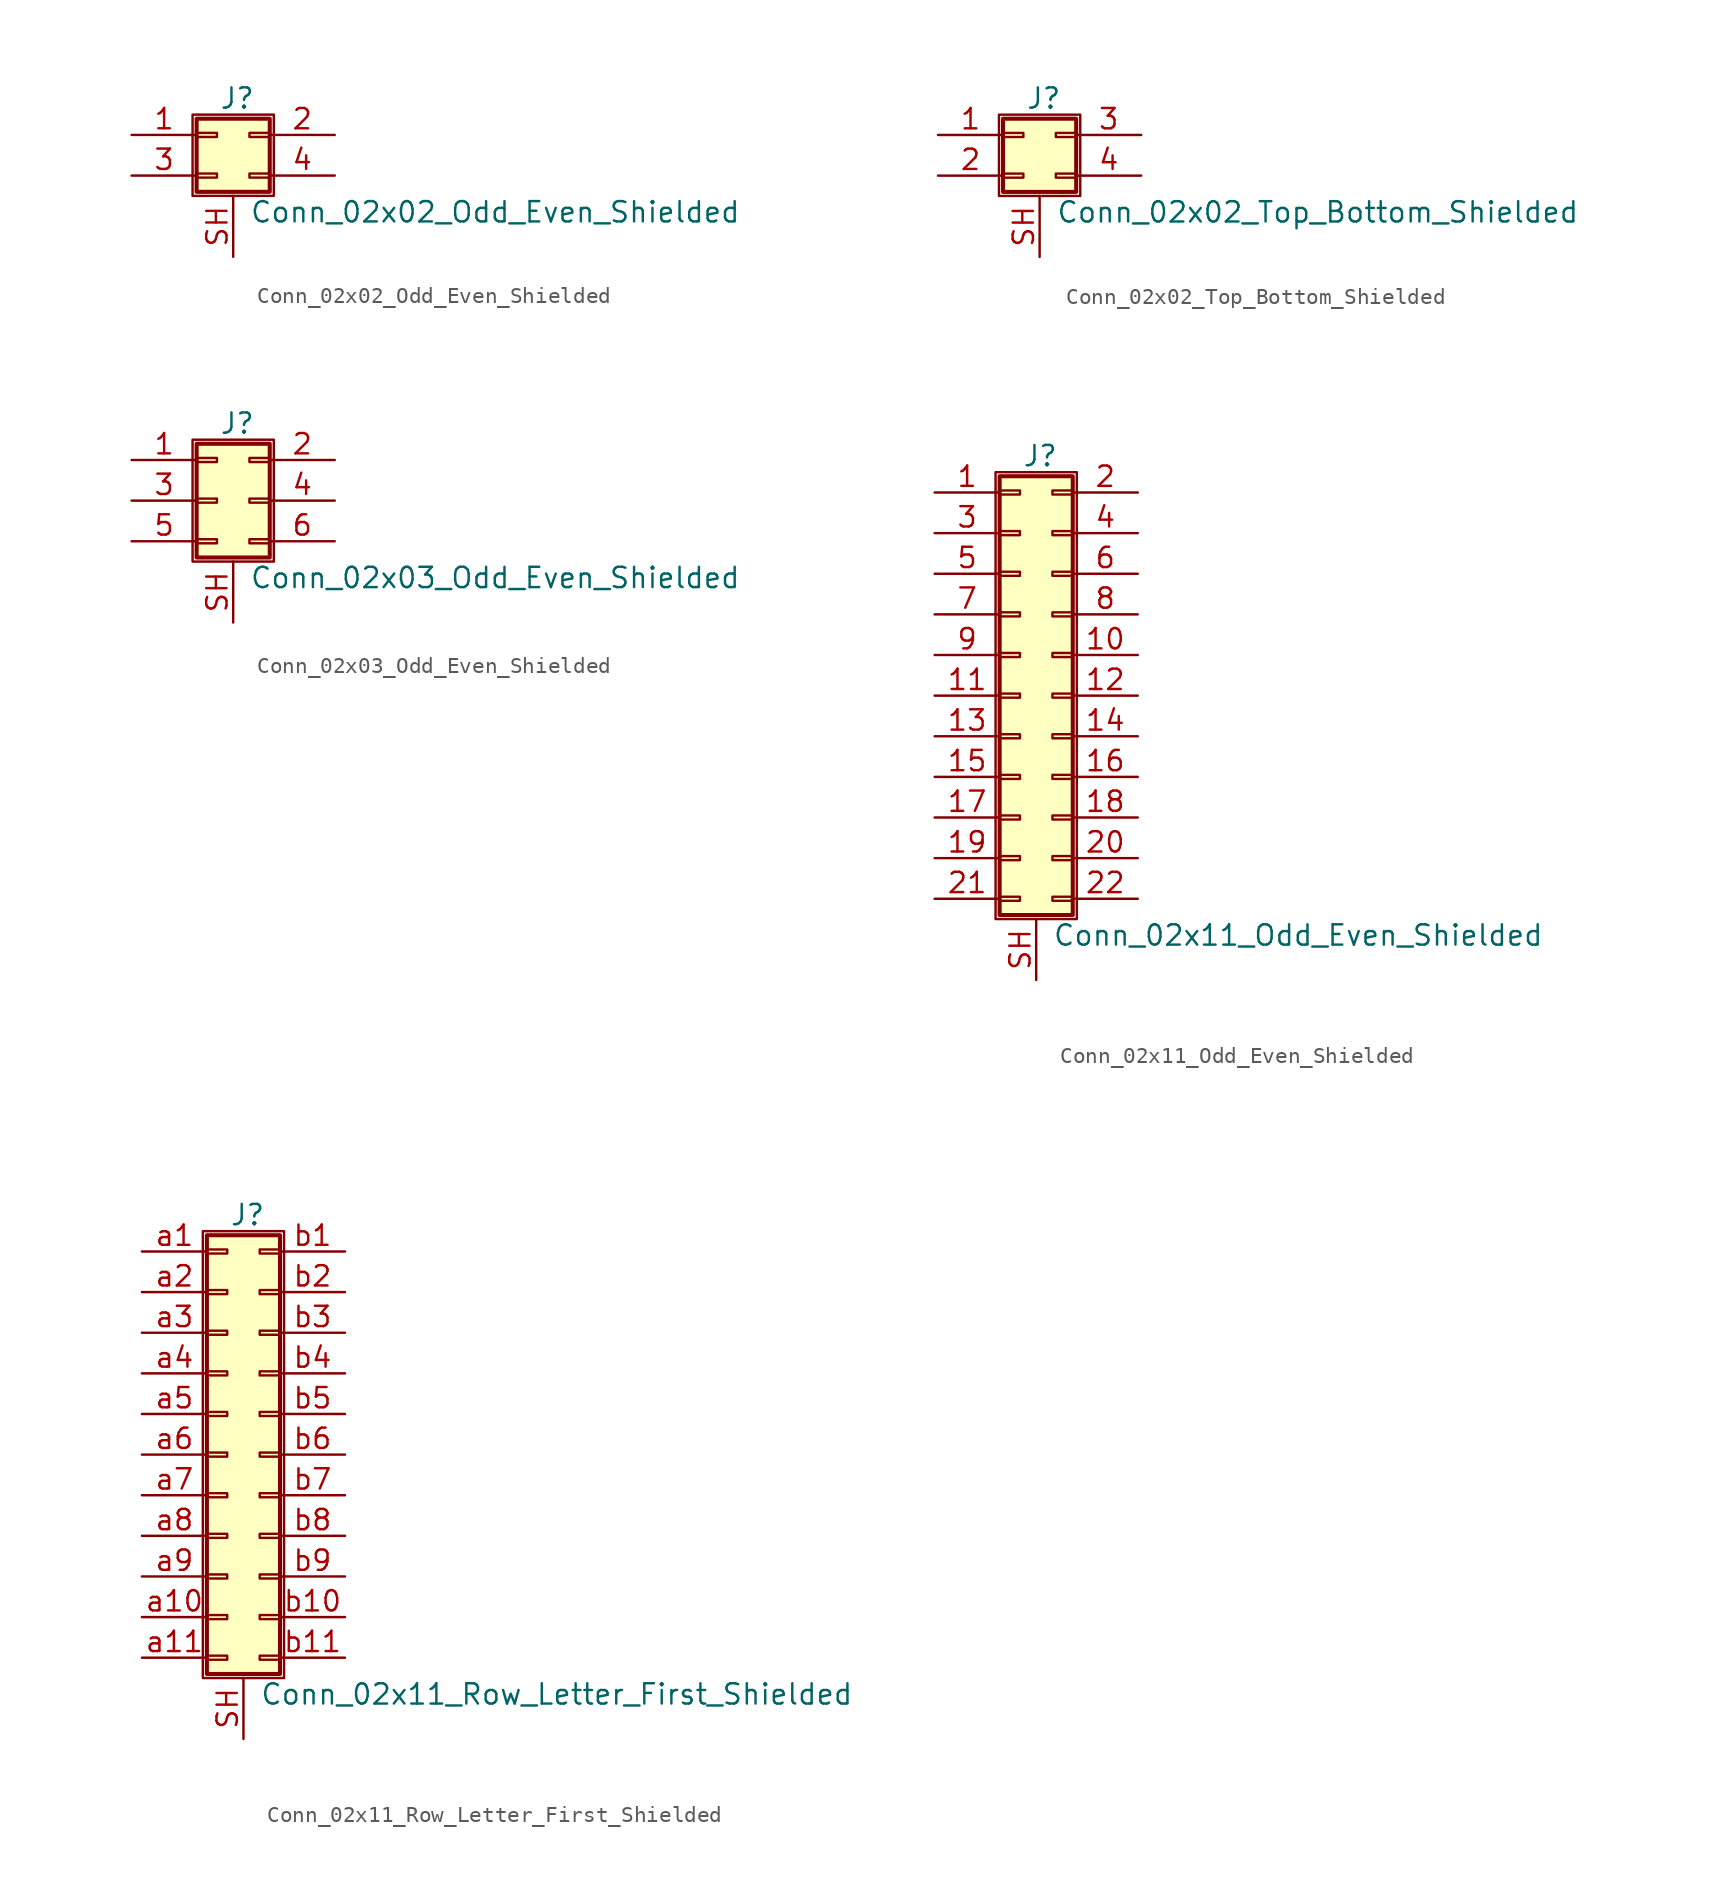
<source format=kicad_sym>
(kicad_symbol_lib
  (version 20211014)
  (generator kicad_symbol_editor)
  (symbol "Conn_02x02_Odd_Even_Shielded"
    (pin_names
      (offset 1.016) hide)
    (property "Reference" "J"
      (at 1.524 2.286 0)
      (effects (font (size 1.27 1.27))))
    (property "Value" "Conn_02x02_Odd_Even_Shielded"
      (at 2.286 -4.826 0)
      (effects (font (size 1.27 1.27)) (justify left)))
    (symbol "Conn_02x02_Odd_Even_Shielded_1_1"
      (rectangle (start -1.27 1.27) (end 3.81 -3.81) (stroke (width 0.152) (type default) (color 0 0 0 0)) (fill (type none)))
      (rectangle (start -1.016 -2.413) (end 0.254 -2.667) (stroke (width 0.152) (type default) (color 0 0 0 0)) (fill (type none)))
      (rectangle (start -1.016 0.127) (end 0.254 -0.127) (stroke (width 0.152) (type default) (color 0 0 0 0)) (fill (type none)))
      (rectangle (start -1.016 1.016) (end 3.556 -3.556) (stroke (width 0.254) (type default) (color 0 0 0 0)) (fill (type background)))
      (rectangle (start 3.556 -2.413) (end 2.286 -2.667) (stroke (width 0.152) (type default) (color 0 0 0 0)) (fill (type none)))
      (rectangle (start 3.556 0.127) (end 2.286 -0.127) (stroke (width 0.152) (type default) (color 0 0 0 0)) (fill (type none)))
      (pin passive line (at -5.08 0 0) (length 4.064) (name "Pin_1" (effects (font (size 1.27 1.27)))) (number "1" (effects (font (size 1.27 1.27)))))
      (pin passive line (at 7.62 0 180) (length 4.064) (name "Pin_2" (effects (font (size 1.27 1.27)))) (number "2" (effects (font (size 1.27 1.27)))))
      (pin passive line (at -5.08 -2.54 0) (length 4.064) (name "Pin_3" (effects (font (size 1.27 1.27)))) (number "3" (effects (font (size 1.27 1.27)))))
      (pin passive line (at 7.62 -2.54 180) (length 4.064) (name "Pin_4" (effects (font (size 1.27 1.27)))) (number "4" (effects (font (size 1.27 1.27)))))
      (pin passive line (at 1.27 -7.62 90) (length 3.81) (name "Shield" (effects (font (size 1.27 1.27)))) (number "SH" (effects (font (size 1.27 1.27)))))))
  (symbol "Conn_02x02_Top_Bottom_Shielded"
    (pin_names
      (offset 1.016) hide)
    (property "Reference" "J"
      (at 1.524 2.286 0)
      (effects (font (size 1.27 1.27))))
    (property "Value" "Conn_02x02_Top_Bottom_Shielded"
      (at 2.286 -4.826 0)
      (effects (font (size 1.27 1.27)) (justify left)))
    (symbol "Conn_02x02_Top_Bottom_Shielded_1_1"
      (rectangle (start -1.27 1.27) (end 3.81 -3.81) (stroke (width 0.152) (type default) (color 0 0 0 0)) (fill (type none)))
      (rectangle (start -1.016 -2.413) (end 0.254 -2.667) (stroke (width 0.152) (type default) (color 0 0 0 0)) (fill (type none)))
      (rectangle (start -1.016 0.127) (end 0.254 -0.127) (stroke (width 0.152) (type default) (color 0 0 0 0)) (fill (type none)))
      (rectangle (start -1.016 1.016) (end 3.556 -3.556) (stroke (width 0.254) (type default) (color 0 0 0 0)) (fill (type background)))
      (rectangle (start 3.556 -2.413) (end 2.286 -2.667) (stroke (width 0.152) (type default) (color 0 0 0 0)) (fill (type none)))
      (rectangle (start 3.556 0.127) (end 2.286 -0.127) (stroke (width 0.152) (type default) (color 0 0 0 0)) (fill (type none)))
      (pin passive line (at -5.08 0 0) (length 4.064) (name "Pin_1" (effects (font (size 1.27 1.27)))) (number "1" (effects (font (size 1.27 1.27)))))
      (pin passive line (at -5.08 -2.54 0) (length 4.064) (name "Pin_2" (effects (font (size 1.27 1.27)))) (number "2" (effects (font (size 1.27 1.27)))))
      (pin passive line (at 7.62 0 180) (length 4.064) (name "Pin_3" (effects (font (size 1.27 1.27)))) (number "3" (effects (font (size 1.27 1.27)))))
      (pin passive line (at 7.62 -2.54 180) (length 4.064) (name "Pin_4" (effects (font (size 1.27 1.27)))) (number "4" (effects (font (size 1.27 1.27)))))
      (pin passive line (at 1.27 -7.62 90) (length 3.81) (name "Shield" (effects (font (size 1.27 1.27)))) (number "SH" (effects (font (size 1.27 1.27)))))))
  (symbol "Conn_02x03_Odd_Even_Shielded"
    (pin_names
      (offset 1.016) hide)
    (property "Reference" "J"
      (at 1.524 4.826 0)
      (effects (font (size 1.27 1.27))))
    (property "Value" "Conn_02x03_Odd_Even_Shielded"
      (at 2.286 -4.826 0)
      (effects (font (size 1.27 1.27)) (justify left)))
    (symbol "Conn_02x03_Odd_Even_Shielded_1_1"
      (rectangle (start -1.27 3.81) (end 3.81 -3.81) (stroke (width 0.152) (type default) (color 0 0 0 0)) (fill (type none)))
      (rectangle (start -1.016 -2.413) (end 0.254 -2.667) (stroke (width 0.152) (type default) (color 0 0 0 0)) (fill (type none)))
      (rectangle (start -1.016 0.127) (end 0.254 -0.127) (stroke (width 0.152) (type default) (color 0 0 0 0)) (fill (type none)))
      (rectangle (start -1.016 2.667) (end 0.254 2.413) (stroke (width 0.152) (type default) (color 0 0 0 0)) (fill (type none)))
      (rectangle (start -1.016 3.556) (end 3.556 -3.556) (stroke (width 0.254) (type default) (color 0 0 0 0)) (fill (type background)))
      (rectangle (start 3.556 -2.413) (end 2.286 -2.667) (stroke (width 0.152) (type default) (color 0 0 0 0)) (fill (type none)))
      (rectangle (start 3.556 0.127) (end 2.286 -0.127) (stroke (width 0.152) (type default) (color 0 0 0 0)) (fill (type none)))
      (rectangle (start 3.556 2.667) (end 2.286 2.413) (stroke (width 0.152) (type default) (color 0 0 0 0)) (fill (type none)))
      (pin passive line (at -5.08 2.54 0) (length 4.064) (name "Pin_1" (effects (font (size 1.27 1.27)))) (number "1" (effects (font (size 1.27 1.27)))))
      (pin passive line (at 7.62 2.54 180) (length 4.064) (name "Pin_2" (effects (font (size 1.27 1.27)))) (number "2" (effects (font (size 1.27 1.27)))))
      (pin passive line (at -5.08 0 0) (length 4.064) (name "Pin_3" (effects (font (size 1.27 1.27)))) (number "3" (effects (font (size 1.27 1.27)))))
      (pin passive line (at 7.62 0 180) (length 4.064) (name "Pin_4" (effects (font (size 1.27 1.27)))) (number "4" (effects (font (size 1.27 1.27)))))
      (pin passive line (at -5.08 -2.54 0) (length 4.064) (name "Pin_5" (effects (font (size 1.27 1.27)))) (number "5" (effects (font (size 1.27 1.27)))))
      (pin passive line (at 7.62 -2.54 180) (length 4.064) (name "Pin_6" (effects (font (size 1.27 1.27)))) (number "6" (effects (font (size 1.27 1.27)))))
      (pin passive line (at 1.27 -7.62 90) (length 3.81) (name "Shield" (effects (font (size 1.27 1.27)))) (number "SH" (effects (font (size 1.27 1.27)))))))
  (symbol "Conn_02x11_Odd_Even_Shielded"
    (pin_names
      (offset 1.016) hide)
    (property "Reference" "J"
      (at 1.524 14.986 0)
      (effects (font (size 1.27 1.27))))
    (property "Value" "Conn_02x11_Odd_Even_Shielded"
      (at 2.286 -14.986 0)
      (effects (font (size 1.27 1.27)) (justify left)))
    (symbol "Conn_02x11_Odd_Even_Shielded_1_1"
      (rectangle (start -1.27 13.97) (end 3.81 -13.97) (stroke (width 0.152) (type default) (color 0 0 0 0)) (fill (type none)))
      (rectangle (start -1.016 -12.573) (end 0.254 -12.827) (stroke (width 0.152) (type default) (color 0 0 0 0)) (fill (type none)))
      (rectangle (start -1.016 -10.033) (end 0.254 -10.287) (stroke (width 0.152) (type default) (color 0 0 0 0)) (fill (type none)))
      (rectangle (start -1.016 -7.493) (end 0.254 -7.747) (stroke (width 0.152) (type default) (color 0 0 0 0)) (fill (type none)))
      (rectangle (start -1.016 -4.953) (end 0.254 -5.207) (stroke (width 0.152) (type default) (color 0 0 0 0)) (fill (type none)))
      (rectangle (start -1.016 -2.413) (end 0.254 -2.667) (stroke (width 0.152) (type default) (color 0 0 0 0)) (fill (type none)))
      (rectangle (start -1.016 0.127) (end 0.254 -0.127) (stroke (width 0.152) (type default) (color 0 0 0 0)) (fill (type none)))
      (rectangle (start -1.016 2.667) (end 0.254 2.413) (stroke (width 0.152) (type default) (color 0 0 0 0)) (fill (type none)))
      (rectangle (start -1.016 5.207) (end 0.254 4.953) (stroke (width 0.152) (type default) (color 0 0 0 0)) (fill (type none)))
      (rectangle (start -1.016 7.747) (end 0.254 7.493) (stroke (width 0.152) (type default) (color 0 0 0 0)) (fill (type none)))
      (rectangle (start -1.016 10.287) (end 0.254 10.033) (stroke (width 0.152) (type default) (color 0 0 0 0)) (fill (type none)))
      (rectangle (start -1.016 12.827) (end 0.254 12.573) (stroke (width 0.152) (type default) (color 0 0 0 0)) (fill (type none)))
      (rectangle (start -1.016 13.716) (end 3.556 -13.716) (stroke (width 0.254) (type default) (color 0 0 0 0)) (fill (type background)))
      (rectangle (start 3.556 -12.573) (end 2.286 -12.827) (stroke (width 0.152) (type default) (color 0 0 0 0)) (fill (type none)))
      (rectangle (start 3.556 -10.033) (end 2.286 -10.287) (stroke (width 0.152) (type default) (color 0 0 0 0)) (fill (type none)))
      (rectangle (start 3.556 -7.493) (end 2.286 -7.747) (stroke (width 0.152) (type default) (color 0 0 0 0)) (fill (type none)))
      (rectangle (start 3.556 -4.953) (end 2.286 -5.207) (stroke (width 0.152) (type default) (color 0 0 0 0)) (fill (type none)))
      (rectangle (start 3.556 -2.413) (end 2.286 -2.667) (stroke (width 0.152) (type default) (color 0 0 0 0)) (fill (type none)))
      (rectangle (start 3.556 0.127) (end 2.286 -0.127) (stroke (width 0.152) (type default) (color 0 0 0 0)) (fill (type none)))
      (rectangle (start 3.556 2.667) (end 2.286 2.413) (stroke (width 0.152) (type default) (color 0 0 0 0)) (fill (type none)))
      (rectangle (start 3.556 5.207) (end 2.286 4.953) (stroke (width 0.152) (type default) (color 0 0 0 0)) (fill (type none)))
      (rectangle (start 3.556 7.747) (end 2.286 7.493) (stroke (width 0.152) (type default) (color 0 0 0 0)) (fill (type none)))
      (rectangle (start 3.556 10.287) (end 2.286 10.033) (stroke (width 0.152) (type default) (color 0 0 0 0)) (fill (type none)))
      (rectangle (start 3.556 12.827) (end 2.286 12.573) (stroke (width 0.152) (type default) (color 0 0 0 0)) (fill (type none)))
      (pin passive line (at -5.08 12.7 0) (length 4.064) (name "Pin_1" (effects (font (size 1.27 1.27)))) (number "1" (effects (font (size 1.27 1.27)))))
      (pin passive line (at 7.62 2.54 180) (length 4.064) (name "Pin_10" (effects (font (size 1.27 1.27)))) (number "10" (effects (font (size 1.27 1.27)))))
      (pin passive line (at -5.08 0 0) (length 4.064) (name "Pin_11" (effects (font (size 1.27 1.27)))) (number "11" (effects (font (size 1.27 1.27)))))
      (pin passive line (at 7.62 0 180) (length 4.064) (name "Pin_12" (effects (font (size 1.27 1.27)))) (number "12" (effects (font (size 1.27 1.27)))))
      (pin passive line (at -5.08 -2.54 0) (length 4.064) (name "Pin_13" (effects (font (size 1.27 1.27)))) (number "13" (effects (font (size 1.27 1.27)))))
      (pin passive line (at 7.62 -2.54 180) (length 4.064) (name "Pin_14" (effects (font (size 1.27 1.27)))) (number "14" (effects (font (size 1.27 1.27)))))
      (pin passive line (at -5.08 -5.08 0) (length 4.064) (name "Pin_15" (effects (font (size 1.27 1.27)))) (number "15" (effects (font (size 1.27 1.27)))))
      (pin passive line (at 7.62 -5.08 180) (length 4.064) (name "Pin_16" (effects (font (size 1.27 1.27)))) (number "16" (effects (font (size 1.27 1.27)))))
      (pin passive line (at -5.08 -7.62 0) (length 4.064) (name "Pin_17" (effects (font (size 1.27 1.27)))) (number "17" (effects (font (size 1.27 1.27)))))
      (pin passive line (at 7.62 -7.62 180) (length 4.064) (name "Pin_18" (effects (font (size 1.27 1.27)))) (number "18" (effects (font (size 1.27 1.27)))))
      (pin passive line (at -5.08 -10.16 0) (length 4.064) (name "Pin_19" (effects (font (size 1.27 1.27)))) (number "19" (effects (font (size 1.27 1.27)))))
      (pin passive line (at 7.62 12.7 180) (length 4.064) (name "Pin_2" (effects (font (size 1.27 1.27)))) (number "2" (effects (font (size 1.27 1.27)))))
      (pin passive line (at 7.62 -10.16 180) (length 4.064) (name "Pin_20" (effects (font (size 1.27 1.27)))) (number "20" (effects (font (size 1.27 1.27)))))
      (pin passive line (at -5.08 -12.7 0) (length 4.064) (name "Pin_21" (effects (font (size 1.27 1.27)))) (number "21" (effects (font (size 1.27 1.27)))))
      (pin passive line (at 7.62 -12.7 180) (length 4.064) (name "Pin_22" (effects (font (size 1.27 1.27)))) (number "22" (effects (font (size 1.27 1.27)))))
      (pin passive line (at -5.08 10.16 0) (length 4.064) (name "Pin_3" (effects (font (size 1.27 1.27)))) (number "3" (effects (font (size 1.27 1.27)))))
      (pin passive line (at 7.62 10.16 180) (length 4.064) (name "Pin_4" (effects (font (size 1.27 1.27)))) (number "4" (effects (font (size 1.27 1.27)))))
      (pin passive line (at -5.08 7.62 0) (length 4.064) (name "Pin_5" (effects (font (size 1.27 1.27)))) (number "5" (effects (font (size 1.27 1.27)))))
      (pin passive line (at 7.62 7.62 180) (length 4.064) (name "Pin_6" (effects (font (size 1.27 1.27)))) (number "6" (effects (font (size 1.27 1.27)))))
      (pin passive line (at -5.08 5.08 0) (length 4.064) (name "Pin_7" (effects (font (size 1.27 1.27)))) (number "7" (effects (font (size 1.27 1.27)))))
      (pin passive line (at 7.62 5.08 180) (length 4.064) (name "Pin_8" (effects (font (size 1.27 1.27)))) (number "8" (effects (font (size 1.27 1.27)))))
      (pin passive line (at -5.08 2.54 0) (length 4.064) (name "Pin_9" (effects (font (size 1.27 1.27)))) (number "9" (effects (font (size 1.27 1.27)))))
      (pin passive line (at 1.27 -17.78 90) (length 3.81) (name "Shield" (effects (font (size 1.27 1.27)))) (number "SH" (effects (font (size 1.27 1.27)))))))
  (symbol "Conn_02x11_Row_Letter_First_Shielded"
    (pin_names
      (offset 1.016) hide)
    (property "Reference" "J"
      (at 1.524 14.986 0)
      (effects (font (size 1.27 1.27))))
    (property "Value" "Conn_02x11_Row_Letter_First_Shielded"
      (at 2.286 -14.986 0)
      (effects (font (size 1.27 1.27)) (justify left)))
    (symbol "Conn_02x11_Row_Letter_First_Shielded_1_1"
      (rectangle (start -1.27 13.97) (end 3.81 -13.97) (stroke (width 0.152) (type default) (color 0 0 0 0)) (fill (type none)))
      (rectangle (start -1.016 -12.573) (end 0.254 -12.827) (stroke (width 0.152) (type default) (color 0 0 0 0)) (fill (type none)))
      (rectangle (start -1.016 -10.033) (end 0.254 -10.287) (stroke (width 0.152) (type default) (color 0 0 0 0)) (fill (type none)))
      (rectangle (start -1.016 -7.493) (end 0.254 -7.747) (stroke (width 0.152) (type default) (color 0 0 0 0)) (fill (type none)))
      (rectangle (start -1.016 -4.953) (end 0.254 -5.207) (stroke (width 0.152) (type default) (color 0 0 0 0)) (fill (type none)))
      (rectangle (start -1.016 -2.413) (end 0.254 -2.667) (stroke (width 0.152) (type default) (color 0 0 0 0)) (fill (type none)))
      (rectangle (start -1.016 0.127) (end 0.254 -0.127) (stroke (width 0.152) (type default) (color 0 0 0 0)) (fill (type none)))
      (rectangle (start -1.016 2.667) (end 0.254 2.413) (stroke (width 0.152) (type default) (color 0 0 0 0)) (fill (type none)))
      (rectangle (start -1.016 5.207) (end 0.254 4.953) (stroke (width 0.152) (type default) (color 0 0 0 0)) (fill (type none)))
      (rectangle (start -1.016 7.747) (end 0.254 7.493) (stroke (width 0.152) (type default) (color 0 0 0 0)) (fill (type none)))
      (rectangle (start -1.016 10.287) (end 0.254 10.033) (stroke (width 0.152) (type default) (color 0 0 0 0)) (fill (type none)))
      (rectangle (start -1.016 12.827) (end 0.254 12.573) (stroke (width 0.152) (type default) (color 0 0 0 0)) (fill (type none)))
      (rectangle (start -1.016 13.716) (end 3.556 -13.716) (stroke (width 0.254) (type default) (color 0 0 0 0)) (fill (type background)))
      (rectangle (start 3.556 -12.573) (end 2.286 -12.827) (stroke (width 0.152) (type default) (color 0 0 0 0)) (fill (type none)))
      (rectangle (start 3.556 -10.033) (end 2.286 -10.287) (stroke (width 0.152) (type default) (color 0 0 0 0)) (fill (type none)))
      (rectangle (start 3.556 -7.493) (end 2.286 -7.747) (stroke (width 0.152) (type default) (color 0 0 0 0)) (fill (type none)))
      (rectangle (start 3.556 -4.953) (end 2.286 -5.207) (stroke (width 0.152) (type default) (color 0 0 0 0)) (fill (type none)))
      (rectangle (start 3.556 -2.413) (end 2.286 -2.667) (stroke (width 0.152) (type default) (color 0 0 0 0)) (fill (type none)))
      (rectangle (start 3.556 0.127) (end 2.286 -0.127) (stroke (width 0.152) (type default) (color 0 0 0 0)) (fill (type none)))
      (rectangle (start 3.556 2.667) (end 2.286 2.413) (stroke (width 0.152) (type default) (color 0 0 0 0)) (fill (type none)))
      (rectangle (start 3.556 5.207) (end 2.286 4.953) (stroke (width 0.152) (type default) (color 0 0 0 0)) (fill (type none)))
      (rectangle (start 3.556 7.747) (end 2.286 7.493) (stroke (width 0.152) (type default) (color 0 0 0 0)) (fill (type none)))
      (rectangle (start 3.556 10.287) (end 2.286 10.033) (stroke (width 0.152) (type default) (color 0 0 0 0)) (fill (type none)))
      (rectangle (start 3.556 12.827) (end 2.286 12.573) (stroke (width 0.152) (type default) (color 0 0 0 0)) (fill (type none)))
      (pin passive line (at 1.27 -17.78 90) (length 3.81) (name "Shield" (effects (font (size 1.27 1.27)))) (number "SH" (effects (font (size 1.27 1.27)))))
      (pin passive line (at -5.08 12.7 0) (length 4.064) (name "Pin_a1" (effects (font (size 1.27 1.27)))) (number "a1" (effects (font (size 1.27 1.27)))))
      (pin passive line (at -5.08 -10.16 0) (length 4.064) (name "Pin_a10" (effects (font (size 1.27 1.27)))) (number "a10" (effects (font (size 1.27 1.27)))))
      (pin passive line (at -5.08 -12.7 0) (length 4.064) (name "Pin_a11" (effects (font (size 1.27 1.27)))) (number "a11" (effects (font (size 1.27 1.27)))))
      (pin passive line (at -5.08 10.16 0) (length 4.064) (name "Pin_a2" (effects (font (size 1.27 1.27)))) (number "a2" (effects (font (size 1.27 1.27)))))
      (pin passive line (at -5.08 7.62 0) (length 4.064) (name "Pin_a3" (effects (font (size 1.27 1.27)))) (number "a3" (effects (font (size 1.27 1.27)))))
      (pin passive line (at -5.08 5.08 0) (length 4.064) (name "Pin_a4" (effects (font (size 1.27 1.27)))) (number "a4" (effects (font (size 1.27 1.27)))))
      (pin passive line (at -5.08 2.54 0) (length 4.064) (name "Pin_a5" (effects (font (size 1.27 1.27)))) (number "a5" (effects (font (size 1.27 1.27)))))
      (pin passive line (at -5.08 0 0) (length 4.064) (name "Pin_a6" (effects (font (size 1.27 1.27)))) (number "a6" (effects (font (size 1.27 1.27)))))
      (pin passive line (at -5.08 -2.54 0) (length 4.064) (name "Pin_a7" (effects (font (size 1.27 1.27)))) (number "a7" (effects (font (size 1.27 1.27)))))
      (pin passive line (at -5.08 -5.08 0) (length 4.064) (name "Pin_a8" (effects (font (size 1.27 1.27)))) (number "a8" (effects (font (size 1.27 1.27)))))
      (pin passive line (at -5.08 -7.62 0) (length 4.064) (name "Pin_a9" (effects (font (size 1.27 1.27)))) (number "a9" (effects (font (size 1.27 1.27)))))
      (pin passive line (at 7.62 12.7 180) (length 4.064) (name "Pin_b1" (effects (font (size 1.27 1.27)))) (number "b1" (effects (font (size 1.27 1.27)))))
      (pin passive line (at 7.62 -10.16 180) (length 4.064) (name "Pin_b10" (effects (font (size 1.27 1.27)))) (number "b10" (effects (font (size 1.27 1.27)))))
      (pin passive line (at 7.62 -12.7 180) (length 4.064) (name "Pin_b11" (effects (font (size 1.27 1.27)))) (number "b11" (effects (font (size 1.27 1.27)))))
      (pin passive line (at 7.62 10.16 180) (length 4.064) (name "Pin_b2" (effects (font (size 1.27 1.27)))) (number "b2" (effects (font (size 1.27 1.27)))))
      (pin passive line (at 7.62 7.62 180) (length 4.064) (name "Pin_b3" (effects (font (size 1.27 1.27)))) (number "b3" (effects (font (size 1.27 1.27)))))
      (pin passive line (at 7.62 5.08 180) (length 4.064) (name "Pin_b4" (effects (font (size 1.27 1.27)))) (number "b4" (effects (font (size 1.27 1.27)))))
      (pin passive line (at 7.62 2.54 180) (length 4.064) (name "Pin_b5" (effects (font (size 1.27 1.27)))) (number "b5" (effects (font (size 1.27 1.27)))))
      (pin passive line (at 7.62 0 180) (length 4.064) (name "Pin_b6" (effects (font (size 1.27 1.27)))) (number "b6" (effects (font (size 1.27 1.27)))))
      (pin passive line (at 7.62 -2.54 180) (length 4.064) (name "Pin_b7" (effects (font (size 1.27 1.27)))) (number "b7" (effects (font (size 1.27 1.27)))))
      (pin passive line (at 7.62 -5.08 180) (length 4.064) (name "Pin_b8" (effects (font (size 1.27 1.27)))) (number "b8" (effects (font (size 1.27 1.27)))))
      (pin passive line (at 7.62 -7.62 180) (length 4.064) (name "Pin_b9" (effects (font (size 1.27 1.27)))) (number "b9" (effects (font (size 1.27 1.27))))))))
</source>
